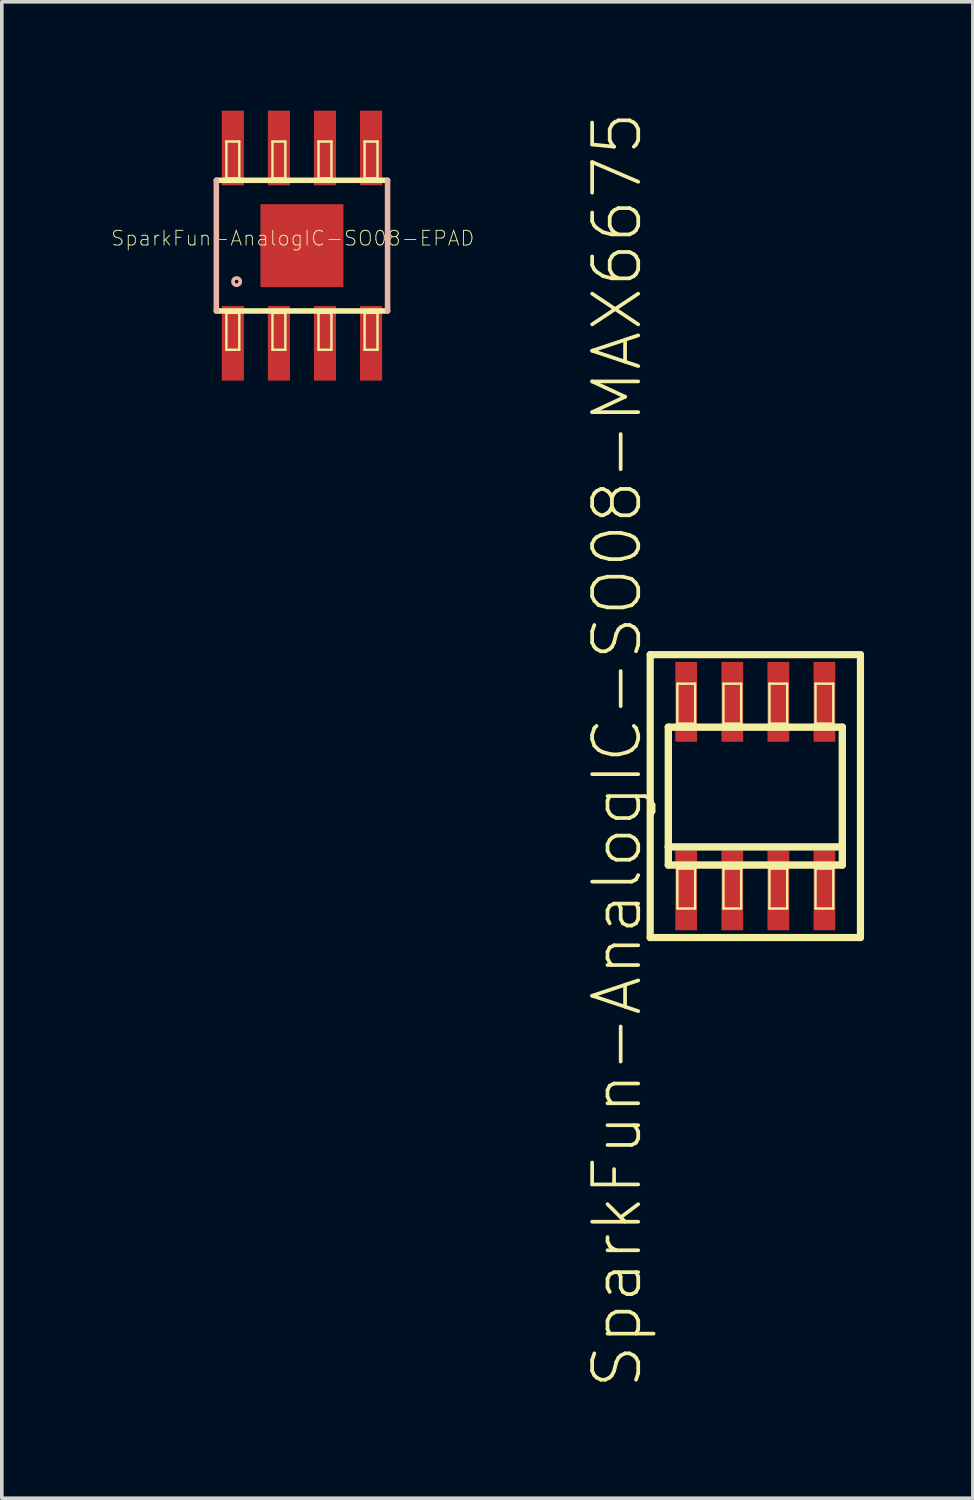
<source format=kicad_pcb>
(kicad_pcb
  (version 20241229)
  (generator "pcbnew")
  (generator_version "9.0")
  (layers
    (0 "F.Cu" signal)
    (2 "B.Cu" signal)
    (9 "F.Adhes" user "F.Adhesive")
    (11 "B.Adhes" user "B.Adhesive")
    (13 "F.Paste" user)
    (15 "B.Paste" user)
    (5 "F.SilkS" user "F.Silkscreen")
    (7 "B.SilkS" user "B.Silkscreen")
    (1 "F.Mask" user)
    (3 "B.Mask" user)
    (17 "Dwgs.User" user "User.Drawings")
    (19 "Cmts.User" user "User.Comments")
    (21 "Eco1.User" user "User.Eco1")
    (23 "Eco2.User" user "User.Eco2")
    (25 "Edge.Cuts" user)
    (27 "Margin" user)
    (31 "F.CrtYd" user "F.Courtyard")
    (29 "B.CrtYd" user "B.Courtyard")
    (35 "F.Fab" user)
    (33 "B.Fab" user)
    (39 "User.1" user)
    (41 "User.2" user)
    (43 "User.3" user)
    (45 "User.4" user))
  (footprint "SparkFun-AnalogIC-SO08-EPAD"
    (layer "F.Cu")
    (at 5.273 3.721)
    (property "Reference" "SparkFun-AnalogIC-SO08-EPAD" (at -0.254 -0.203 0) (layer "F.SilkS") (effects (font (size 0.406 0.406) (thickness 0.025))))
    (attr smd)
    (fp_line (start -2.36 1.801) (end 2.36 1.801) (stroke (width 0.152) (type solid)) (layer "F.SilkS"))
    (fp_line (start -2.083 -2.87) (end -1.727 -2.87) (stroke (width 0.066) (type solid)) (layer "F.SilkS"))
    (fp_line (start -2.083 -1.854) (end -2.083 -2.87) (stroke (width 0.066) (type solid)) (layer "F.SilkS"))
    (fp_line (start -2.083 -1.854) (end -1.727 -1.854) (stroke (width 0.066) (type solid)) (layer "F.SilkS"))
    (fp_line (start -2.083 1.854) (end -1.727 1.854) (stroke (width 0.066) (type solid)) (layer "F.SilkS"))
    (fp_line (start -2.083 2.87) (end -2.083 1.854) (stroke (width 0.066) (type solid)) (layer "F.SilkS"))
    (fp_line (start -2.083 2.87) (end -1.727 2.87) (stroke (width 0.066) (type solid)) (layer "F.SilkS"))
    (fp_line (start -1.727 -1.854) (end -1.727 -2.87) (stroke (width 0.066) (type solid)) (layer "F.SilkS"))
    (fp_line (start -1.727 2.87) (end -1.727 1.854) (stroke (width 0.066) (type solid)) (layer "F.SilkS"))
    (fp_line (start -0.813 -2.87) (end -0.457 -2.87) (stroke (width 0.066) (type solid)) (layer "F.SilkS"))
    (fp_line (start -0.813 -1.854) (end -0.813 -2.87) (stroke (width 0.066) (type solid)) (layer "F.SilkS"))
    (fp_line (start -0.813 -1.854) (end -0.457 -1.854) (stroke (width 0.066) (type solid)) (layer "F.SilkS"))
    (fp_line (start -0.813 1.854) (end -0.457 1.854) (stroke (width 0.066) (type solid)) (layer "F.SilkS"))
    (fp_line (start -0.813 2.87) (end -0.813 1.854) (stroke (width 0.066) (type solid)) (layer "F.SilkS"))
    (fp_line (start -0.813 2.87) (end -0.457 2.87) (stroke (width 0.066) (type solid)) (layer "F.SilkS"))
    (fp_line (start -0.457 -1.854) (end -0.457 -2.87) (stroke (width 0.066) (type solid)) (layer "F.SilkS"))
    (fp_line (start -0.457 2.87) (end -0.457 1.854) (stroke (width 0.066) (type solid)) (layer "F.SilkS"))
    (fp_line (start 0.457 -2.87) (end 0.813 -2.87) (stroke (width 0.066) (type solid)) (layer "F.SilkS"))
    (fp_line (start 0.457 -1.854) (end 0.457 -2.87) (stroke (width 0.066) (type solid)) (layer "F.SilkS"))
    (fp_line (start 0.457 -1.854) (end 0.813 -1.854) (stroke (width 0.066) (type solid)) (layer "F.SilkS"))
    (fp_line (start 0.457 1.854) (end 0.813 1.854) (stroke (width 0.066) (type solid)) (layer "F.SilkS"))
    (fp_line (start 0.457 2.87) (end 0.457 1.854) (stroke (width 0.066) (type solid)) (layer "F.SilkS"))
    (fp_line (start 0.457 2.87) (end 0.813 2.87) (stroke (width 0.066) (type solid)) (layer "F.SilkS"))
    (fp_line (start 0.813 -1.854) (end 0.813 -2.87) (stroke (width 0.066) (type solid)) (layer "F.SilkS"))
    (fp_line (start 0.813 2.87) (end 0.813 1.854) (stroke (width 0.066) (type solid)) (layer "F.SilkS"))
    (fp_line (start 1.727 -2.87) (end 2.083 -2.87) (stroke (width 0.066) (type solid)) (layer "F.SilkS"))
    (fp_line (start 1.727 -1.854) (end 1.727 -2.87) (stroke (width 0.066) (type solid)) (layer "F.SilkS"))
    (fp_line (start 1.727 -1.854) (end 2.083 -1.854) (stroke (width 0.066) (type solid)) (layer "F.SilkS"))
    (fp_line (start 1.727 1.854) (end 2.083 1.854) (stroke (width 0.066) (type solid)) (layer "F.SilkS"))
    (fp_line (start 1.727 2.87) (end 1.727 1.854) (stroke (width 0.066) (type solid)) (layer "F.SilkS"))
    (fp_line (start 1.727 2.87) (end 2.083 2.87) (stroke (width 0.066) (type solid)) (layer "F.SilkS"))
    (fp_line (start 2.083 -1.854) (end 2.083 -2.87) (stroke (width 0.066) (type solid)) (layer "F.SilkS"))
    (fp_line (start 2.083 2.87) (end 2.083 1.854) (stroke (width 0.066) (type solid)) (layer "F.SilkS"))
    (fp_line (start 2.36 -1.801) (end -2.36 -1.801) (stroke (width 0.152) (type solid)) (layer "F.SilkS"))
    (fp_line (start -2.36 -1.801) (end -2.36 1.801) (stroke (width 0.152) (type solid)) (layer "B.SilkS"))
    (fp_line (start 2.36 1.801) (end 2.36 -1.801) (stroke (width 0.152) (type solid)) (layer "B.SilkS"))
    (fp_circle (center -1.801 0.991) (end -1.872 1.062) (stroke (width 0.102) (type solid)) (fill no) (layer "B.SilkS"))
    (pad "1" smd rect (at -1.905 2.692) (size 0.61 2.057) (layers "F.Cu" "F.Mask" "F.Paste"))
    (pad "2" smd rect (at -0.635 2.692) (size 0.61 2.057) (layers "F.Cu" "F.Mask" "F.Paste"))
    (pad "3" smd rect (at 0.635 2.692) (size 0.61 2.057) (layers "F.Cu" "F.Mask" "F.Paste"))
    (pad "4" smd rect (at 1.905 2.692) (size 0.61 2.057) (layers "F.Cu" "F.Mask" "F.Paste"))
    (pad "5" smd rect (at 1.905 -2.692) (size 0.61 2.057) (layers "F.Cu" "F.Mask" "F.Paste"))
    (pad "6" smd rect (at 0.635 -2.692) (size 0.61 2.057) (layers "F.Cu" "F.Mask" "F.Paste"))
    (pad "7" smd rect (at -0.635 -2.692) (size 0.61 2.057) (layers "F.Cu" "F.Mask" "F.Paste"))
    (pad "8" smd rect (at -1.905 -2.692) (size 0.61 2.057) (layers "F.Cu" "F.Mask" "F.Paste"))
    (pad "EPAD" smd rect (at 0 0 90) (size 2.286 2.286) (layers "F.Cu" "F.Mask" "F.Paste")))
  (footprint "SparkFun-AnalogIC-SO08-MAX6675"
    (layer "F.Cu")
    (at 17.77 18.894)
    (property "Reference" "SparkFun-AnalogIC-SO08-MAX6675" (at -3.81 -1.27 90) (layer "F.SilkS") (effects (font (size 1.27 1.27) (thickness 0.102))))
    (attr smd)
    (fp_line (start -2.898 -3.899) (end 2.898 -3.899) (stroke (width 0.198) (type solid)) (layer "F.SilkS"))
    (fp_line (start -2.898 3.899) (end -2.898 -3.899) (stroke (width 0.198) (type solid)) (layer "F.SilkS"))
    (fp_line (start -2.398 -1.9) (end 2.398 -1.9) (stroke (width 0.203) (type solid)) (layer "F.SilkS"))
    (fp_line (start -2.398 1.4) (end -2.398 -1.9) (stroke (width 0.203) (type solid)) (layer "F.SilkS"))
    (fp_line (start -2.398 1.9) (end -2.398 1.4) (stroke (width 0.203) (type solid)) (layer "F.SilkS"))
    (fp_line (start -2.149 -3.099) (end -1.659 -3.099) (stroke (width 0.066) (type solid)) (layer "F.SilkS"))
    (fp_line (start -2.149 -1.999) (end -2.149 -3.099) (stroke (width 0.066) (type solid)) (layer "F.SilkS"))
    (fp_line (start -2.149 -1.999) (end -1.659 -1.999) (stroke (width 0.066) (type solid)) (layer "F.SilkS"))
    (fp_line (start -2.149 1.999) (end -1.659 1.999) (stroke (width 0.066) (type solid)) (layer "F.SilkS"))
    (fp_line (start -2.149 3.099) (end -2.149 1.999) (stroke (width 0.066) (type solid)) (layer "F.SilkS"))
    (fp_line (start -2.149 3.099) (end -1.659 3.099) (stroke (width 0.066) (type solid)) (layer "F.SilkS"))
    (fp_line (start -1.659 -1.999) (end -1.659 -3.099) (stroke (width 0.066) (type solid)) (layer "F.SilkS"))
    (fp_line (start -1.659 3.099) (end -1.659 1.999) (stroke (width 0.066) (type solid)) (layer "F.SilkS"))
    (fp_line (start -0.879 -3.099) (end -0.389 -3.099) (stroke (width 0.066) (type solid)) (layer "F.SilkS"))
    (fp_line (start -0.879 -1.999) (end -0.879 -3.099) (stroke (width 0.066) (type solid)) (layer "F.SilkS"))
    (fp_line (start -0.879 -1.999) (end -0.389 -1.999) (stroke (width 0.066) (type solid)) (layer "F.SilkS"))
    (fp_line (start -0.879 1.999) (end -0.389 1.999) (stroke (width 0.066) (type solid)) (layer "F.SilkS"))
    (fp_line (start -0.879 3.099) (end -0.879 1.999) (stroke (width 0.066) (type solid)) (layer "F.SilkS"))
    (fp_line (start -0.879 3.099) (end -0.389 3.099) (stroke (width 0.066) (type solid)) (layer "F.SilkS"))
    (fp_line (start -0.389 -1.999) (end -0.389 -3.099) (stroke (width 0.066) (type solid)) (layer "F.SilkS"))
    (fp_line (start -0.389 3.099) (end -0.389 1.999) (stroke (width 0.066) (type solid)) (layer "F.SilkS"))
    (fp_line (start 0.389 -3.099) (end 0.879 -3.099) (stroke (width 0.066) (type solid)) (layer "F.SilkS"))
    (fp_line (start 0.389 -1.999) (end 0.389 -3.099) (stroke (width 0.066) (type solid)) (layer "F.SilkS"))
    (fp_line (start 0.389 -1.999) (end 0.879 -1.999) (stroke (width 0.066) (type solid)) (layer "F.SilkS"))
    (fp_line (start 0.389 1.999) (end 0.879 1.999) (stroke (width 0.066) (type solid)) (layer "F.SilkS"))
    (fp_line (start 0.389 3.099) (end 0.389 1.999) (stroke (width 0.066) (type solid)) (layer "F.SilkS"))
    (fp_line (start 0.389 3.099) (end 0.879 3.099) (stroke (width 0.066) (type solid)) (layer "F.SilkS"))
    (fp_line (start 0.879 -1.999) (end 0.879 -3.099) (stroke (width 0.066) (type solid)) (layer "F.SilkS"))
    (fp_line (start 0.879 3.099) (end 0.879 1.999) (stroke (width 0.066) (type solid)) (layer "F.SilkS"))
    (fp_line (start 1.659 -3.099) (end 2.149 -3.099) (stroke (width 0.066) (type solid)) (layer "F.SilkS"))
    (fp_line (start 1.659 -1.999) (end 1.659 -3.099) (stroke (width 0.066) (type solid)) (layer "F.SilkS"))
    (fp_line (start 1.659 -1.999) (end 2.149 -1.999) (stroke (width 0.066) (type solid)) (layer "F.SilkS"))
    (fp_line (start 1.659 1.999) (end 2.149 1.999) (stroke (width 0.066) (type solid)) (layer "F.SilkS"))
    (fp_line (start 1.659 3.099) (end 1.659 1.999) (stroke (width 0.066) (type solid)) (layer "F.SilkS"))
    (fp_line (start 1.659 3.099) (end 2.149 3.099) (stroke (width 0.066) (type solid)) (layer "F.SilkS"))
    (fp_line (start 2.149 -1.999) (end 2.149 -3.099) (stroke (width 0.066) (type solid)) (layer "F.SilkS"))
    (fp_line (start 2.149 3.099) (end 2.149 1.999) (stroke (width 0.066) (type solid)) (layer "F.SilkS"))
    (fp_line (start 2.398 -1.9) (end 2.398 1.4) (stroke (width 0.203) (type solid)) (layer "F.SilkS"))
    (fp_line (start 2.398 1.4) (end -2.398 1.4) (stroke (width 0.203) (type solid)) (layer "F.SilkS"))
    (fp_line (start 2.398 1.4) (end 2.398 1.9) (stroke (width 0.203) (type solid)) (layer "F.SilkS"))
    (fp_line (start 2.398 1.9) (end -2.398 1.9) (stroke (width 0.203) (type solid)) (layer "F.SilkS"))
    (fp_line (start 2.898 -3.899) (end 2.898 3.899) (stroke (width 0.198) (type solid)) (layer "F.SilkS"))
    (fp_line (start 2.898 3.899) (end -2.898 3.899) (stroke (width 0.198) (type solid)) (layer "F.SilkS"))
    (pad "1" smd rect (at -1.905 2.598) (size 0.599 2.2) (layers "F.Cu" "F.Mask" "F.Paste"))
    (pad "2" smd rect (at -0.635 2.598) (size 0.599 2.2) (layers "F.Cu" "F.Mask" "F.Paste"))
    (pad "3" smd rect (at 0.635 2.598) (size 0.599 2.2) (layers "F.Cu" "F.Mask" "F.Paste"))
    (pad "4" smd rect (at 1.905 2.598) (size 0.599 2.2) (layers "F.Cu" "F.Mask" "F.Paste"))
    (pad "5" smd rect (at 1.905 -2.598) (size 0.599 2.2) (layers "F.Cu" "F.Mask" "F.Paste"))
    (pad "6" smd rect (at 0.635 -2.598) (size 0.599 2.2) (layers "F.Cu" "F.Mask" "F.Paste"))
    (pad "7" smd rect (at -0.635 -2.598) (size 0.599 2.2) (layers "F.Cu" "F.Mask" "F.Paste"))
    (pad "8" smd rect (at -1.905 -2.598) (size 0.599 2.2) (layers "F.Cu" "F.Mask" "F.Paste")))
  (gr_rect
    (start -3 -3)
    (end 23.767 38.248)
    (stroke (width 0.1) (type default))
    (fill no)
    (layer "Edge.Cuts")))
</source>
